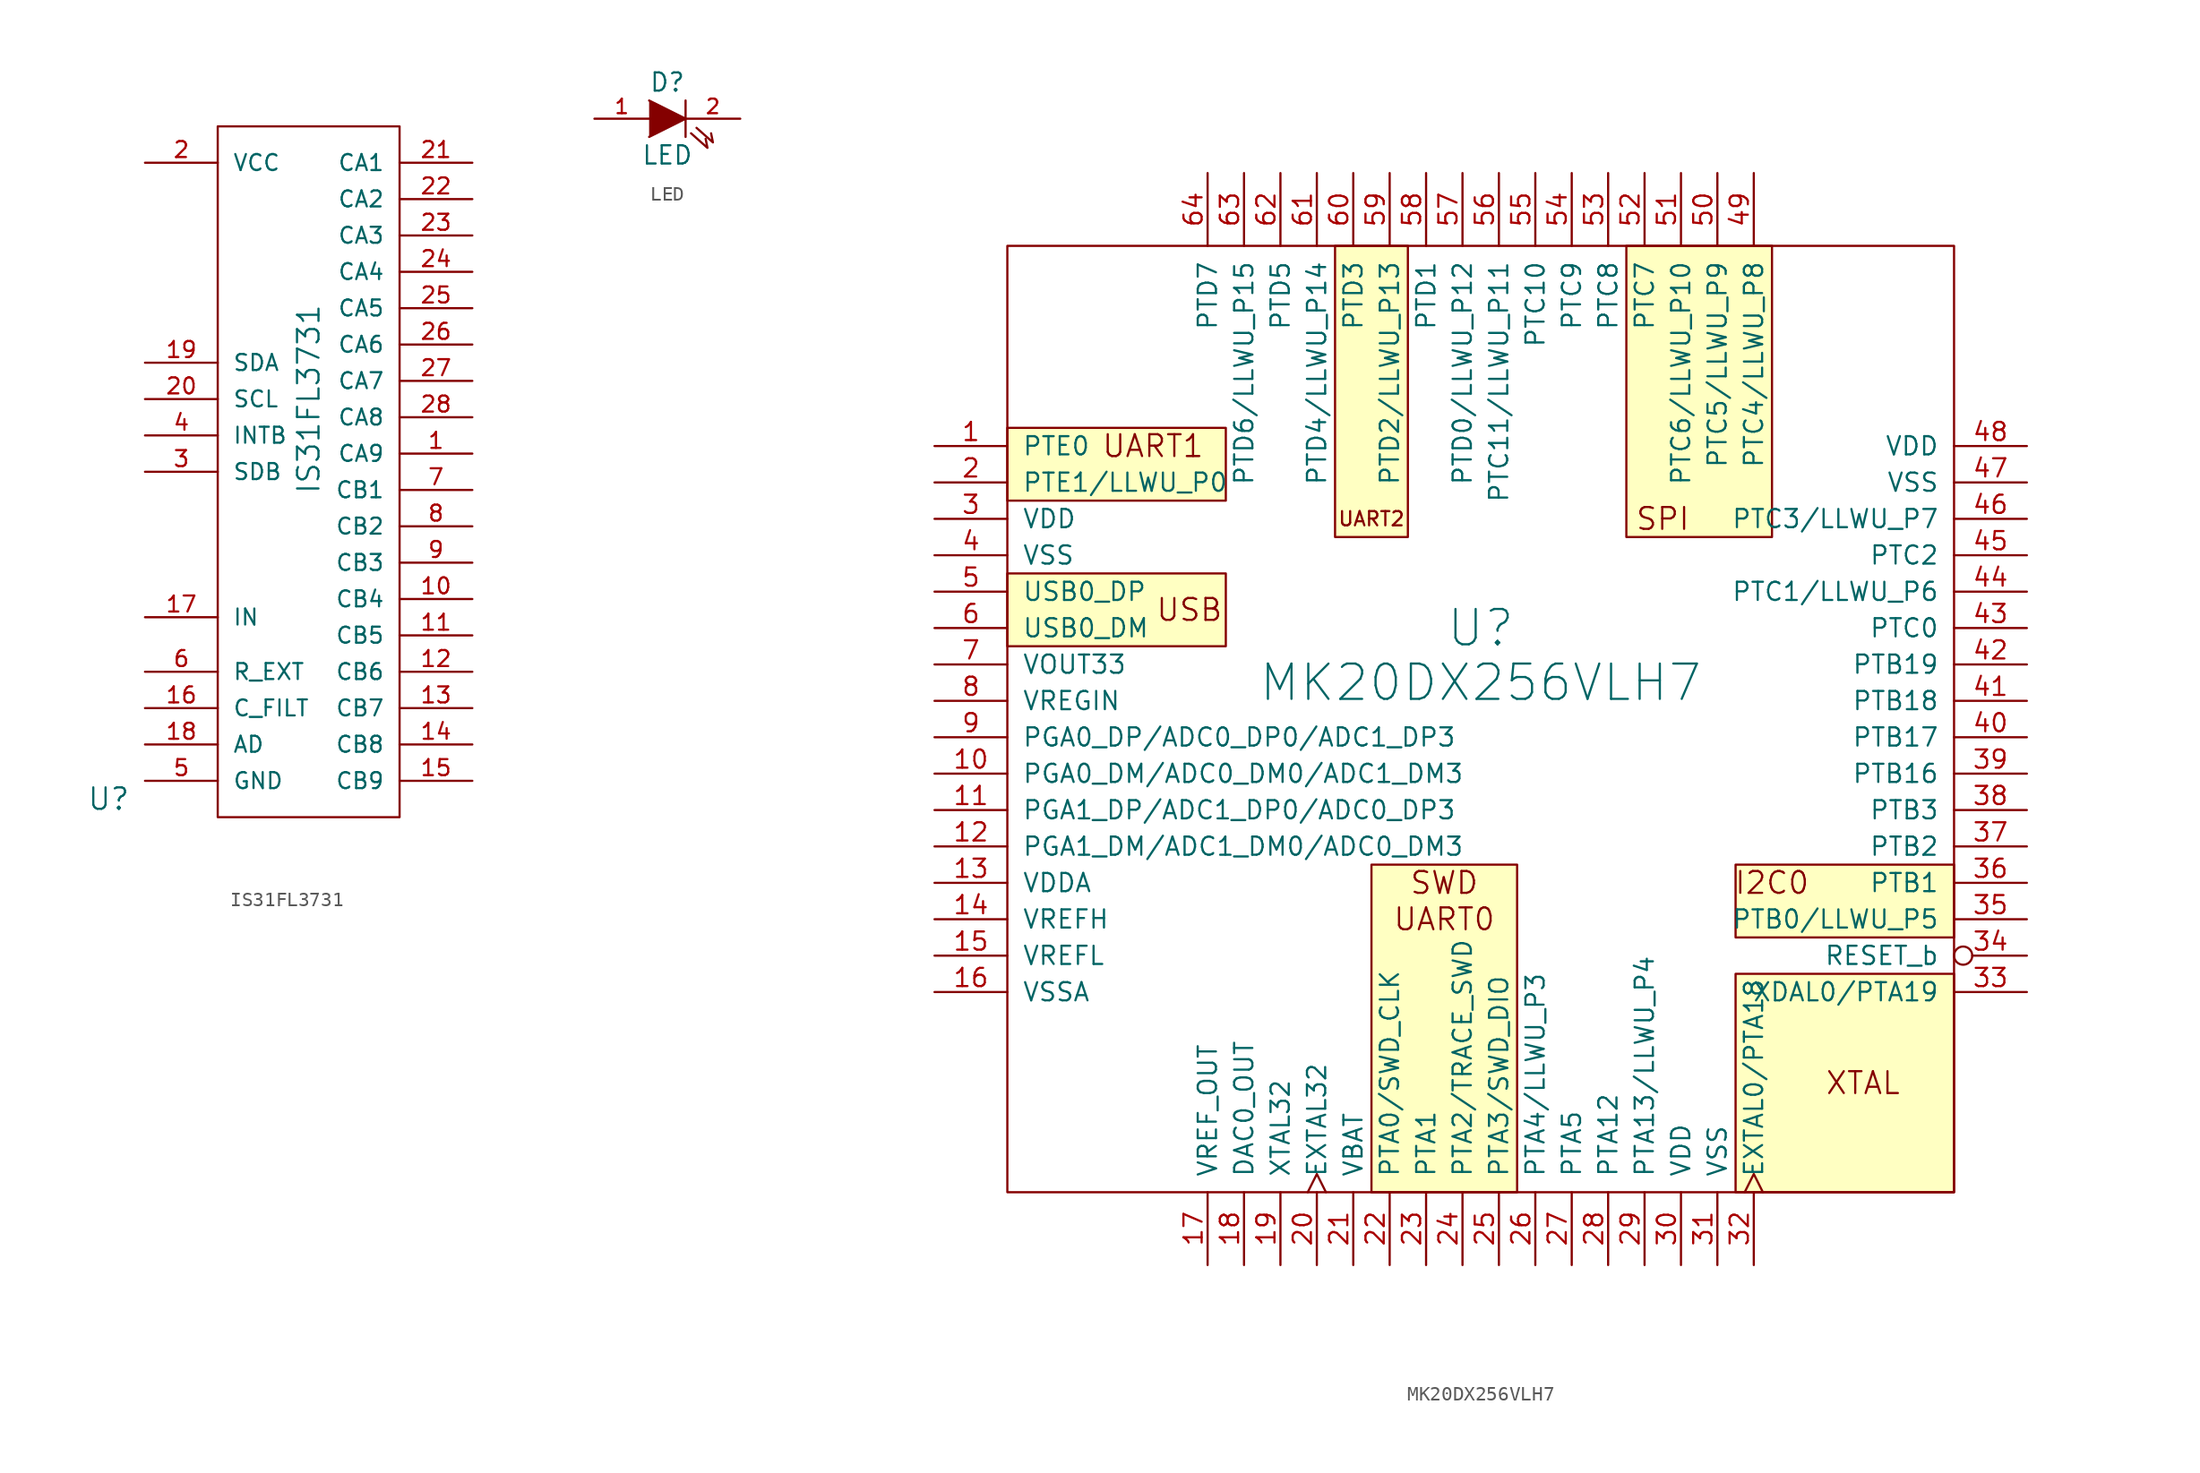
<source format=kicad_sym>
(kicad_symbol_lib
  (version 20201005)
  (generator kicad_symbol_editor)
  (symbol "IS31FL3731"
    (pin_names
      (offset 1.016))
    (property "Reference" "U"
      (at -13.97 -27.94 0)
      (effects (font (size 1.499 1.499))))
    (property "Value" "IS31FL3731"
      (at 0 0 90)
      (effects (font (size 1.499 1.499))))
    (property "Footprint" ""
      (at 0 0 0)
      (effects (font (size 1.524 1.524))))
    (property "Datasheet" ""
      (at 0 0 0)
      (effects (font (size 1.524 1.524))))
    (symbol "IS31FL3731_0_1"
      (rectangle (start -6.35 -29.21) (end 6.35 19.05) (stroke (width 0)) (fill (type none))))
    (symbol "IS31FL3731_1_1"
      (pin passive line (at 11.43 -3.81 180) (length 5.08) (name "CA9" (effects (font (size 1.118 1.118)))) (number "1" (effects (font (size 1.118 1.118)))))
      (pin passive line (at 11.43 -13.97 180) (length 5.08) (name "CB4" (effects (font (size 1.118 1.118)))) (number "10" (effects (font (size 1.118 1.118)))))
      (pin passive line (at 11.43 -16.51 180) (length 5.08) (name "CB5" (effects (font (size 1.118 1.118)))) (number "11" (effects (font (size 1.118 1.118)))))
      (pin passive line (at 11.43 -19.05 180) (length 5.08) (name "CB6" (effects (font (size 1.118 1.118)))) (number "12" (effects (font (size 1.118 1.118)))))
      (pin passive line (at 11.43 -21.59 180) (length 5.08) (name "CB7" (effects (font (size 1.118 1.118)))) (number "13" (effects (font (size 1.118 1.118)))))
      (pin passive line (at 11.43 -24.13 180) (length 5.08) (name "CB8" (effects (font (size 1.118 1.118)))) (number "14" (effects (font (size 1.118 1.118)))))
      (pin passive line (at 11.43 -26.67 180) (length 5.08) (name "CB9" (effects (font (size 1.118 1.118)))) (number "15" (effects (font (size 1.118 1.118)))))
      (pin passive line (at -11.43 -21.59 0) (length 5.08) (name "C_FILT" (effects (font (size 1.118 1.118)))) (number "16" (effects (font (size 1.118 1.118)))))
      (pin passive line (at -11.43 -15.24 0) (length 5.08) (name "IN" (effects (font (size 1.118 1.118)))) (number "17" (effects (font (size 1.118 1.118)))))
      (pin passive line (at -11.43 -24.13 0) (length 5.08) (name "AD" (effects (font (size 1.118 1.118)))) (number "18" (effects (font (size 1.118 1.118)))))
      (pin passive line (at -11.43 2.54 0) (length 5.08) (name "SDA" (effects (font (size 1.118 1.118)))) (number "19" (effects (font (size 1.118 1.118)))))
      (pin passive line (at -11.43 16.51 0) (length 5.08) (name "VCC" (effects (font (size 1.118 1.118)))) (number "2" (effects (font (size 1.118 1.118)))))
      (pin passive line (at -11.43 0 0) (length 5.08) (name "SCL" (effects (font (size 1.118 1.118)))) (number "20" (effects (font (size 1.118 1.118)))))
      (pin passive line (at 11.43 16.51 180) (length 5.08) (name "CA1" (effects (font (size 1.118 1.118)))) (number "21" (effects (font (size 1.118 1.118)))))
      (pin passive line (at 11.43 13.97 180) (length 5.08) (name "CA2" (effects (font (size 1.118 1.118)))) (number "22" (effects (font (size 1.118 1.118)))))
      (pin passive line (at 11.43 11.43 180) (length 5.08) (name "CA3" (effects (font (size 1.118 1.118)))) (number "23" (effects (font (size 1.118 1.118)))))
      (pin passive line (at 11.43 8.89 180) (length 5.08) (name "CA4" (effects (font (size 1.118 1.118)))) (number "24" (effects (font (size 1.118 1.118)))))
      (pin passive line (at 11.43 6.35 180) (length 5.08) (name "CA5" (effects (font (size 1.118 1.118)))) (number "25" (effects (font (size 1.118 1.118)))))
      (pin passive line (at 11.43 3.81 180) (length 5.08) (name "CA6" (effects (font (size 1.118 1.118)))) (number "26" (effects (font (size 1.118 1.118)))))
      (pin passive line (at 11.43 1.27 180) (length 5.08) (name "CA7" (effects (font (size 1.118 1.118)))) (number "27" (effects (font (size 1.118 1.118)))))
      (pin passive line (at 11.43 -1.27 180) (length 5.08) (name "CA8" (effects (font (size 1.118 1.118)))) (number "28" (effects (font (size 1.118 1.118)))))
      (pin passive line (at -11.43 -5.08 0) (length 5.08) (name "SDB" (effects (font (size 1.118 1.118)))) (number "3" (effects (font (size 1.118 1.118)))))
      (pin passive line (at -11.43 -2.54 0) (length 5.08) (name "INTB" (effects (font (size 1.118 1.118)))) (number "4" (effects (font (size 1.118 1.118)))))
      (pin passive line (at -11.43 -26.67 0) (length 5.08) (name "GND" (effects (font (size 1.118 1.118)))) (number "5" (effects (font (size 1.118 1.118)))))
      (pin passive line (at -11.43 -19.05 0) (length 5.08) (name "R_EXT" (effects (font (size 1.118 1.118)))) (number "6" (effects (font (size 1.118 1.118)))))
      (pin passive line (at 11.43 -6.35 180) (length 5.08) (name "CB1" (effects (font (size 1.118 1.118)))) (number "7" (effects (font (size 1.118 1.118)))))
      (pin passive line (at 11.43 -8.89 180) (length 5.08) (name "CB2" (effects (font (size 1.118 1.118)))) (number "8" (effects (font (size 1.118 1.118)))))
      (pin passive line (at 11.43 -11.43 180) (length 5.08) (name "CB3" (effects (font (size 1.118 1.118)))) (number "9" (effects (font (size 1.118 1.118)))))))
  (symbol "LED"
    (pin_names
      (offset 1.016) hide)
    (property "Reference" "D"
      (at 0 2.54 0)
      (effects (font (size 1.27 1.27))))
    (property "Value" "LED"
      (at 0 -2.54 0)
      (effects (font (size 1.27 1.27))))
    (property "Footprint" ""
      (at 0 0 0)
      (effects (font (size 1.524 1.524))))
    (property "Datasheet" ""
      (at 0 0 0)
      (effects (font (size 1.524 1.524))))
    (symbol "LED_0_1"
      (polyline (pts (xy 1.27 1.27) (xy 1.27 -1.27)) (stroke (width 0)) (fill (type none)))
      (polyline (pts (xy 1.651 -1.016) (xy 2.794 -2.032) (xy 2.667 -1.397)) (stroke (width 0)) (fill (type none)))
      (polyline (pts (xy 2.032 -0.635) (xy 3.175 -1.651) (xy 3.048 -1.016)) (stroke (width 0)) (fill (type none)))
      (polyline (pts (xy -1.27 1.27) (xy 1.27 0) (xy -1.27 -1.27)) (stroke (width 0)) (fill (type outline))))
    (symbol "LED_1_1"
      (pin passive line (at -5.08 0 0) (length 3.81) (name "A" (effects (font (size 1.016 1.016)))) (number "1" (effects (font (size 1.016 1.016)))))
      (pin passive line (at 5.08 0 180) (length 3.81) (name "K" (effects (font (size 1.016 1.016)))) (number "2" (effects (font (size 1.016 1.016)))))))
  (symbol "MK20DX256VLH7"
    (pin_names
      (offset 1.016))
    (property "Reference" "U"
      (at 0 6.35 0)
      (effects (font (size 2.464 2.464))))
    (property "Value" "MK20DX256VLH7"
      (at 0 2.54 0)
      (effects (font (size 2.464 2.464))))
    (property "Footprint" ""
      (at 0 0 0)
      (effects (font (size 1.524 1.524))))
    (property "Datasheet" ""
      (at 0 0 0)
      (effects (font (size 1.524 1.524))))
    (symbol "MK20DX256VLH7_0_0"
      (text "I2C0" (at 20.32 -11.43 0) (effects (font (size 1.524 1.524))))
      (text "SPI" (at 12.7 13.97 0) (effects (font (size 1.524 1.524))))
      (text "SWD" (at -2.54 -11.43 0) (effects (font (size 1.524 1.524))))
      (text "UART0" (at -2.54 -13.97 0) (effects (font (size 1.524 1.524))))
      (text "UART1" (at -22.86 19.05 0) (effects (font (size 1.524 1.524))))
      (text "USB" (at -20.32 7.62 0) (effects (font (size 1.524 1.524))))
      (text "XTAL" (at 26.67 -25.4 0) (effects (font (size 1.524 1.524))))
      (rectangle (start -33.02 20.32) (end -17.78 15.24) (stroke (width 0)) (fill (type background)))
      (rectangle (start -5.08 33.02) (end -10.16 12.7) (stroke (width 0)) (fill (type background)))
      (rectangle (start 10.16 33.02) (end 20.32 12.7) (stroke (width 0)) (fill (type background))))
    (symbol "MK20DX256VLH7_0_1"
      (rectangle (start -33.02 33.02) (end 33.02 -33.02) (stroke (width 0)) (fill (type none)))
      (rectangle (start -33.02 10.16) (end -17.78 5.08) (stroke (width 0)) (fill (type background)))
      (rectangle (start -7.62 -33.02) (end 2.54 -10.16) (stroke (width 0)) (fill (type background)))
      (rectangle (start 17.78 -17.78) (end 33.02 -33.02) (stroke (width 0)) (fill (type background)))
      (rectangle (start 33.02 -15.24) (end 17.78 -10.16) (stroke (width 0)) (fill (type background))))
    (symbol "MK20DX256VLH7_1_0"
      (text "UART2" (at -7.62 13.97 0) (effects (font (size 0.991 0.991)))))
    (symbol "MK20DX256VLH7_1_1"
      (pin bidirectional line (at -38.1 19.05 0) (length 5.08) (name "PTE0" (effects (font (size 1.27 1.27)))) (number "1" (effects (font (size 1.27 1.27)))))
      (pin input line (at -38.1 -3.81 0) (length 5.08) (name "PGA0_DM/ADC0_DM0/ADC1_DM3" (effects (font (size 1.27 1.27)))) (number "10" (effects (font (size 1.27 1.27)))))
      (pin input line (at -38.1 -6.35 0) (length 5.08) (name "PGA1_DP/ADC1_DP0/ADC0_DP3" (effects (font (size 1.27 1.27)))) (number "11" (effects (font (size 1.27 1.27)))))
      (pin input line (at -38.1 -8.89 0) (length 5.08) (name "PGA1_DM/ADC1_DM0/ADC0_DM3" (effects (font (size 1.27 1.27)))) (number "12" (effects (font (size 1.27 1.27)))))
      (pin power_in line (at -38.1 -11.43 0) (length 5.08) (name "VDDA" (effects (font (size 1.27 1.27)))) (number "13" (effects (font (size 1.27 1.27)))))
      (pin input line (at -38.1 -13.97 0) (length 5.08) (name "VREFH" (effects (font (size 1.27 1.27)))) (number "14" (effects (font (size 1.27 1.27)))))
      (pin input line (at -38.1 -16.51 0) (length 5.08) (name "VREFL" (effects (font (size 1.27 1.27)))) (number "15" (effects (font (size 1.27 1.27)))))
      (pin power_in line (at -38.1 -19.05 0) (length 5.08) (name "VSSA" (effects (font (size 1.27 1.27)))) (number "16" (effects (font (size 1.27 1.27)))))
      (pin passive line (at -19.05 -38.1 90) (length 5.08) (name "VREF_OUT" (effects (font (size 1.27 1.27)))) (number "17" (effects (font (size 1.27 1.27)))))
      (pin passive line (at -16.51 -38.1 90) (length 5.08) (name "DAC0_OUT" (effects (font (size 1.27 1.27)))) (number "18" (effects (font (size 1.27 1.27)))))
      (pin output line (at -13.97 -38.1 90) (length 5.08) (name "XTAL32" (effects (font (size 1.27 1.27)))) (number "19" (effects (font (size 1.27 1.27)))))
      (pin bidirectional line (at -38.1 16.51 0) (length 5.08) (name "PTE1/LLWU_P0" (effects (font (size 1.27 1.27)))) (number "2" (effects (font (size 1.27 1.27)))))
      (pin input clock (at -11.43 -38.1 90) (length 5.08) (name "EXTAL32" (effects (font (size 1.27 1.27)))) (number "20" (effects (font (size 1.27 1.27)))))
      (pin power_in line (at -8.89 -38.1 90) (length 5.08) (name "VBAT" (effects (font (size 1.27 1.27)))) (number "21" (effects (font (size 1.27 1.27)))))
      (pin bidirectional line (at -6.35 -38.1 90) (length 5.08) (name "PTA0/SWD_CLK" (effects (font (size 1.27 1.27)))) (number "22" (effects (font (size 1.27 1.27)))))
      (pin bidirectional line (at -3.81 -38.1 90) (length 5.08) (name "PTA1" (effects (font (size 1.27 1.27)))) (number "23" (effects (font (size 1.27 1.27)))))
      (pin bidirectional line (at -1.27 -38.1 90) (length 5.08) (name "PTA2/TRACE_SWD" (effects (font (size 1.27 1.27)))) (number "24" (effects (font (size 1.27 1.27)))))
      (pin bidirectional line (at 1.27 -38.1 90) (length 5.08) (name "PTA3/SWD_DIO" (effects (font (size 1.27 1.27)))) (number "25" (effects (font (size 1.27 1.27)))))
      (pin bidirectional line (at 3.81 -38.1 90) (length 5.08) (name "PTA4/LLWU_P3" (effects (font (size 1.27 1.27)))) (number "26" (effects (font (size 1.27 1.27)))))
      (pin bidirectional line (at 6.35 -38.1 90) (length 5.08) (name "PTA5" (effects (font (size 1.27 1.27)))) (number "27" (effects (font (size 1.27 1.27)))))
      (pin bidirectional line (at 8.89 -38.1 90) (length 5.08) (name "PTA12" (effects (font (size 1.27 1.27)))) (number "28" (effects (font (size 1.27 1.27)))))
      (pin bidirectional line (at 11.43 -38.1 90) (length 5.08) (name "PTA13/LLWU_P4" (effects (font (size 1.27 1.27)))) (number "29" (effects (font (size 1.27 1.27)))))
      (pin power_in line (at -38.1 13.97 0) (length 5.08) (name "VDD" (effects (font (size 1.27 1.27)))) (number "3" (effects (font (size 1.27 1.27)))))
      (pin power_in line (at 13.97 -38.1 90) (length 5.08) (name "VDD" (effects (font (size 1.27 1.27)))) (number "30" (effects (font (size 1.27 1.27)))))
      (pin power_in line (at 16.51 -38.1 90) (length 5.08) (name "VSS" (effects (font (size 1.27 1.27)))) (number "31" (effects (font (size 1.27 1.27)))))
      (pin passive clock (at 19.05 -38.1 90) (length 5.08) (name "EXTAL0/PTA18" (effects (font (size 1.27 1.27)))) (number "32" (effects (font (size 1.27 1.27)))))
      (pin passive line (at 38.1 -19.05 180) (length 5.08) (name "XDAL0/PTA19" (effects (font (size 1.27 1.27)))) (number "33" (effects (font (size 1.27 1.27)))))
      (pin bidirectional inverted (at 38.1 -16.51 180) (length 5.08) (name "RESET_b" (effects (font (size 1.27 1.27)))) (number "34" (effects (font (size 1.27 1.27)))))
      (pin bidirectional line (at 38.1 -13.97 180) (length 5.08) (name "PTB0/LLWU_P5" (effects (font (size 1.27 1.27)))) (number "35" (effects (font (size 1.27 1.27)))))
      (pin bidirectional line (at 38.1 -11.43 180) (length 5.08) (name "PTB1" (effects (font (size 1.27 1.27)))) (number "36" (effects (font (size 1.27 1.27)))))
      (pin bidirectional line (at 38.1 -8.89 180) (length 5.08) (name "PTB2" (effects (font (size 1.27 1.27)))) (number "37" (effects (font (size 1.27 1.27)))))
      (pin bidirectional line (at 38.1 -6.35 180) (length 5.08) (name "PTB3" (effects (font (size 1.27 1.27)))) (number "38" (effects (font (size 1.27 1.27)))))
      (pin bidirectional line (at 38.1 -3.81 180) (length 5.08) (name "PTB16" (effects (font (size 1.27 1.27)))) (number "39" (effects (font (size 1.27 1.27)))))
      (pin power_in line (at -38.1 11.43 0) (length 5.08) (name "VSS" (effects (font (size 1.27 1.27)))) (number "4" (effects (font (size 1.27 1.27)))))
      (pin bidirectional line (at 38.1 -1.27 180) (length 5.08) (name "PTB17" (effects (font (size 1.27 1.27)))) (number "40" (effects (font (size 1.27 1.27)))))
      (pin bidirectional line (at 38.1 1.27 180) (length 5.08) (name "PTB18" (effects (font (size 1.27 1.27)))) (number "41" (effects (font (size 1.27 1.27)))))
      (pin bidirectional line (at 38.1 3.81 180) (length 5.08) (name "PTB19" (effects (font (size 1.27 1.27)))) (number "42" (effects (font (size 1.27 1.27)))))
      (pin bidirectional line (at 38.1 6.35 180) (length 5.08) (name "PTC0" (effects (font (size 1.27 1.27)))) (number "43" (effects (font (size 1.27 1.27)))))
      (pin bidirectional line (at 38.1 8.89 180) (length 5.08) (name "PTC1/LLWU_P6" (effects (font (size 1.27 1.27)))) (number "44" (effects (font (size 1.27 1.27)))))
      (pin bidirectional line (at 38.1 11.43 180) (length 5.08) (name "PTC2" (effects (font (size 1.27 1.27)))) (number "45" (effects (font (size 1.27 1.27)))))
      (pin bidirectional line (at 38.1 13.97 180) (length 5.08) (name "PTC3/LLWU_P7" (effects (font (size 1.27 1.27)))) (number "46" (effects (font (size 1.27 1.27)))))
      (pin power_in line (at 38.1 16.51 180) (length 5.08) (name "VSS" (effects (font (size 1.27 1.27)))) (number "47" (effects (font (size 1.27 1.27)))))
      (pin power_in line (at 38.1 19.05 180) (length 5.08) (name "VDD" (effects (font (size 1.27 1.27)))) (number "48" (effects (font (size 1.27 1.27)))))
      (pin bidirectional line (at 19.05 38.1 270) (length 5.08) (name "PTC4/LLWU_P8" (effects (font (size 1.27 1.27)))) (number "49" (effects (font (size 1.27 1.27)))))
      (pin tri_state line (at -38.1 8.89 0) (length 5.08) (name "USB0_DP" (effects (font (size 1.27 1.27)))) (number "5" (effects (font (size 1.27 1.27)))))
      (pin bidirectional line (at 16.51 38.1 270) (length 5.08) (name "PTC5/LLWU_P9" (effects (font (size 1.27 1.27)))) (number "50" (effects (font (size 1.27 1.27)))))
      (pin bidirectional line (at 13.97 38.1 270) (length 5.08) (name "PTC6/LLWU_P10" (effects (font (size 1.27 1.27)))) (number "51" (effects (font (size 1.27 1.27)))))
      (pin bidirectional line (at 11.43 38.1 270) (length 5.08) (name "PTC7" (effects (font (size 1.27 1.27)))) (number "52" (effects (font (size 1.27 1.27)))))
      (pin bidirectional line (at 8.89 38.1 270) (length 5.08) (name "PTC8" (effects (font (size 1.27 1.27)))) (number "53" (effects (font (size 1.27 1.27)))))
      (pin bidirectional line (at 6.35 38.1 270) (length 5.08) (name "PTC9" (effects (font (size 1.27 1.27)))) (number "54" (effects (font (size 1.27 1.27)))))
      (pin bidirectional line (at 3.81 38.1 270) (length 5.08) (name "PTC10" (effects (font (size 1.27 1.27)))) (number "55" (effects (font (size 1.27 1.27)))))
      (pin bidirectional line (at 1.27 38.1 270) (length 5.08) (name "PTC11/LLWU_P11" (effects (font (size 1.27 1.27)))) (number "56" (effects (font (size 1.27 1.27)))))
      (pin bidirectional line (at -1.27 38.1 270) (length 5.08) (name "PTD0/LLWU_P12" (effects (font (size 1.27 1.27)))) (number "57" (effects (font (size 1.27 1.27)))))
      (pin bidirectional line (at -3.81 38.1 270) (length 5.08) (name "PTD1" (effects (font (size 1.27 1.27)))) (number "58" (effects (font (size 1.27 1.27)))))
      (pin bidirectional line (at -6.35 38.1 270) (length 5.08) (name "PTD2/LLWU_P13" (effects (font (size 1.27 1.27)))) (number "59" (effects (font (size 1.27 1.27)))))
      (pin tri_state line (at -38.1 6.35 0) (length 5.08) (name "USB0_DM" (effects (font (size 1.27 1.27)))) (number "6" (effects (font (size 1.27 1.27)))))
      (pin bidirectional line (at -8.89 38.1 270) (length 5.08) (name "PTD3" (effects (font (size 1.27 1.27)))) (number "60" (effects (font (size 1.27 1.27)))))
      (pin bidirectional line (at -11.43 38.1 270) (length 5.08) (name "PTD4/LLWU_P14" (effects (font (size 1.27 1.27)))) (number "61" (effects (font (size 1.27 1.27)))))
      (pin bidirectional line (at -13.97 38.1 270) (length 5.08) (name "PTD5" (effects (font (size 1.27 1.27)))) (number "62" (effects (font (size 1.27 1.27)))))
      (pin bidirectional line (at -16.51 38.1 270) (length 5.08) (name "PTD6/LLWU_P15" (effects (font (size 1.27 1.27)))) (number "63" (effects (font (size 1.27 1.27)))))
      (pin bidirectional line (at -19.05 38.1 270) (length 5.08) (name "PTD7" (effects (font (size 1.27 1.27)))) (number "64" (effects (font (size 1.27 1.27)))))
      (pin passive line (at -38.1 3.81 0) (length 5.08) (name "VOUT33" (effects (font (size 1.27 1.27)))) (number "7" (effects (font (size 1.27 1.27)))))
      (pin passive line (at -38.1 1.27 0) (length 5.08) (name "VREGIN" (effects (font (size 1.27 1.27)))) (number "8" (effects (font (size 1.27 1.27)))))
      (pin input line (at -38.1 -1.27 0) (length 5.08) (name "PGA0_DP/ADC0_DP0/ADC1_DP3" (effects (font (size 1.27 1.27)))) (number "9" (effects (font (size 1.27 1.27))))))))
</source>
